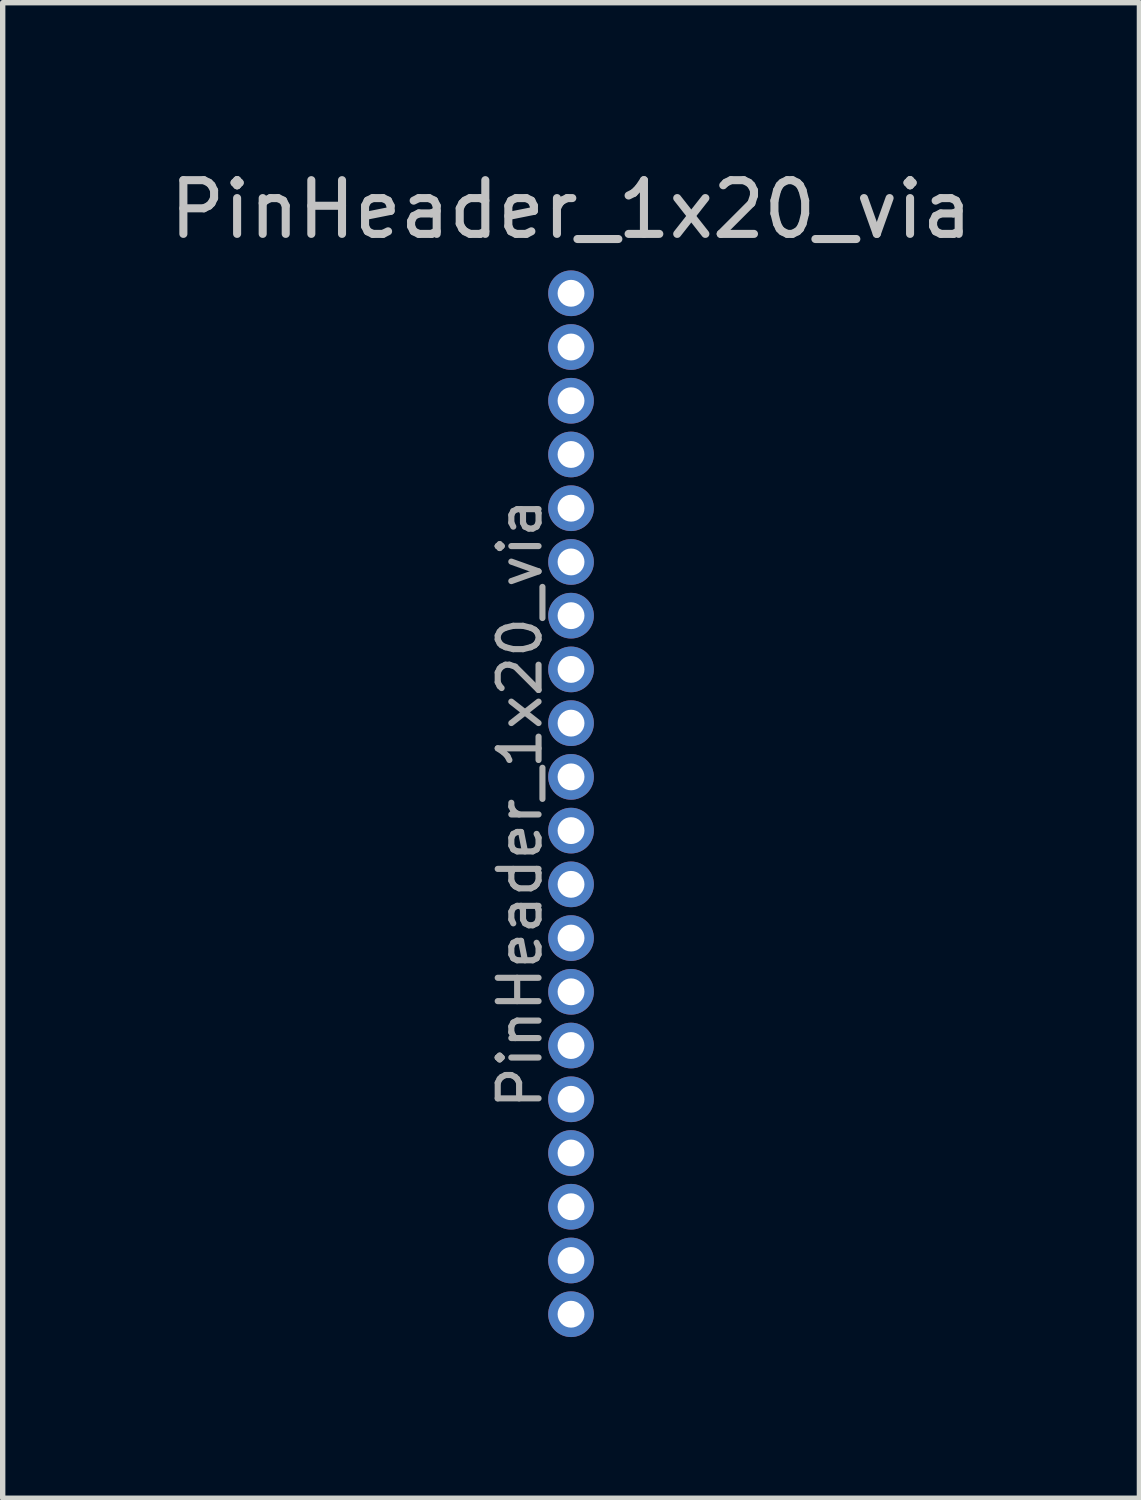
<source format=kicad_pcb>
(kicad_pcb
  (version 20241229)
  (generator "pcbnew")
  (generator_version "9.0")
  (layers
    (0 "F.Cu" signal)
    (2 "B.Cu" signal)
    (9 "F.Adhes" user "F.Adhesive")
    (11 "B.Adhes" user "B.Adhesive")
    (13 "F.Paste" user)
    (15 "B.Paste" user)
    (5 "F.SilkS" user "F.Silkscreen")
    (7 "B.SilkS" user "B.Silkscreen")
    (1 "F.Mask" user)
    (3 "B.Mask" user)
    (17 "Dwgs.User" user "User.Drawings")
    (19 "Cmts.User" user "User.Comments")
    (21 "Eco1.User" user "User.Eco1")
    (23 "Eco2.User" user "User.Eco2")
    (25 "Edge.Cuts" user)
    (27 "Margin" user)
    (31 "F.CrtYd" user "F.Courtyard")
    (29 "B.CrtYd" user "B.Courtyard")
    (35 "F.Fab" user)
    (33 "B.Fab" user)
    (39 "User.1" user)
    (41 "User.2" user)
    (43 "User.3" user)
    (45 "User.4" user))
  (footprint "PinHeader_1x20_via"
    (layer "F.Cu")
    (at 7.577 2.408)
    (property "Reference" "PinHeader_1x20_via" (at 0 -1.56 0) (layer "Dwgs.User") (effects (font (size 1 1) (thickness 0.15))))
    (attr through_hole)
    (fp_text user "${REFERENCE}" (at -0.95 9.5 90) (layer "F.Fab") (effects (font (size 0.76 0.76) (thickness 0.114))))
    (pad "1" thru_hole circle (at 0 0) (size 0.85 0.85) (drill 0.5) (layers "*.Cu"))
    (pad "2" thru_hole oval (at 0 1) (size 0.85 0.85) (drill 0.5) (layers "*.Cu"))
    (pad "3" thru_hole oval (at 0 2) (size 0.85 0.85) (drill 0.5) (layers "*.Cu"))
    (pad "4" thru_hole oval (at 0 3) (size 0.85 0.85) (drill 0.5) (layers "*.Cu"))
    (pad "5" thru_hole oval (at 0 4) (size 0.85 0.85) (drill 0.5) (layers "*.Cu"))
    (pad "6" thru_hole oval (at 0 5) (size 0.85 0.85) (drill 0.5) (layers "*.Cu"))
    (pad "7" thru_hole oval (at 0 6) (size 0.85 0.85) (drill 0.5) (layers "*.Cu"))
    (pad "8" thru_hole oval (at 0 7) (size 0.85 0.85) (drill 0.5) (layers "*.Cu"))
    (pad "9" thru_hole oval (at 0 8) (size 0.85 0.85) (drill 0.5) (layers "*.Cu"))
    (pad "10" thru_hole oval (at 0 9) (size 0.85 0.85) (drill 0.5) (layers "*.Cu"))
    (pad "11" thru_hole oval (at 0 10) (size 0.85 0.85) (drill 0.5) (layers "*.Cu"))
    (pad "12" thru_hole oval (at 0 11) (size 0.85 0.85) (drill 0.5) (layers "*.Cu"))
    (pad "13" thru_hole oval (at 0 12) (size 0.85 0.85) (drill 0.5) (layers "*.Cu"))
    (pad "14" thru_hole oval (at 0 13) (size 0.85 0.85) (drill 0.5) (layers "*.Cu"))
    (pad "15" thru_hole oval (at 0 14) (size 0.85 0.85) (drill 0.5) (layers "*.Cu"))
    (pad "16" thru_hole oval (at 0 15) (size 0.85 0.85) (drill 0.5) (layers "*.Cu"))
    (pad "17" thru_hole oval (at 0 16) (size 0.85 0.85) (drill 0.5) (layers "*.Cu"))
    (pad "18" thru_hole oval (at 0 17) (size 0.85 0.85) (drill 0.5) (layers "*.Cu"))
    (pad "19" thru_hole oval (at 0 18) (size 0.85 0.85) (drill 0.5) (layers "*.Cu"))
    (pad "20" thru_hole oval (at 0 19) (size 0.85 0.85) (drill 0.5) (layers "*.Cu")))
  (gr_rect
    (start -3 -3)
    (end 18.155 24.833)
    (stroke (width 0.1) (type default))
    (fill no)
    (layer "Edge.Cuts")))
</source>
